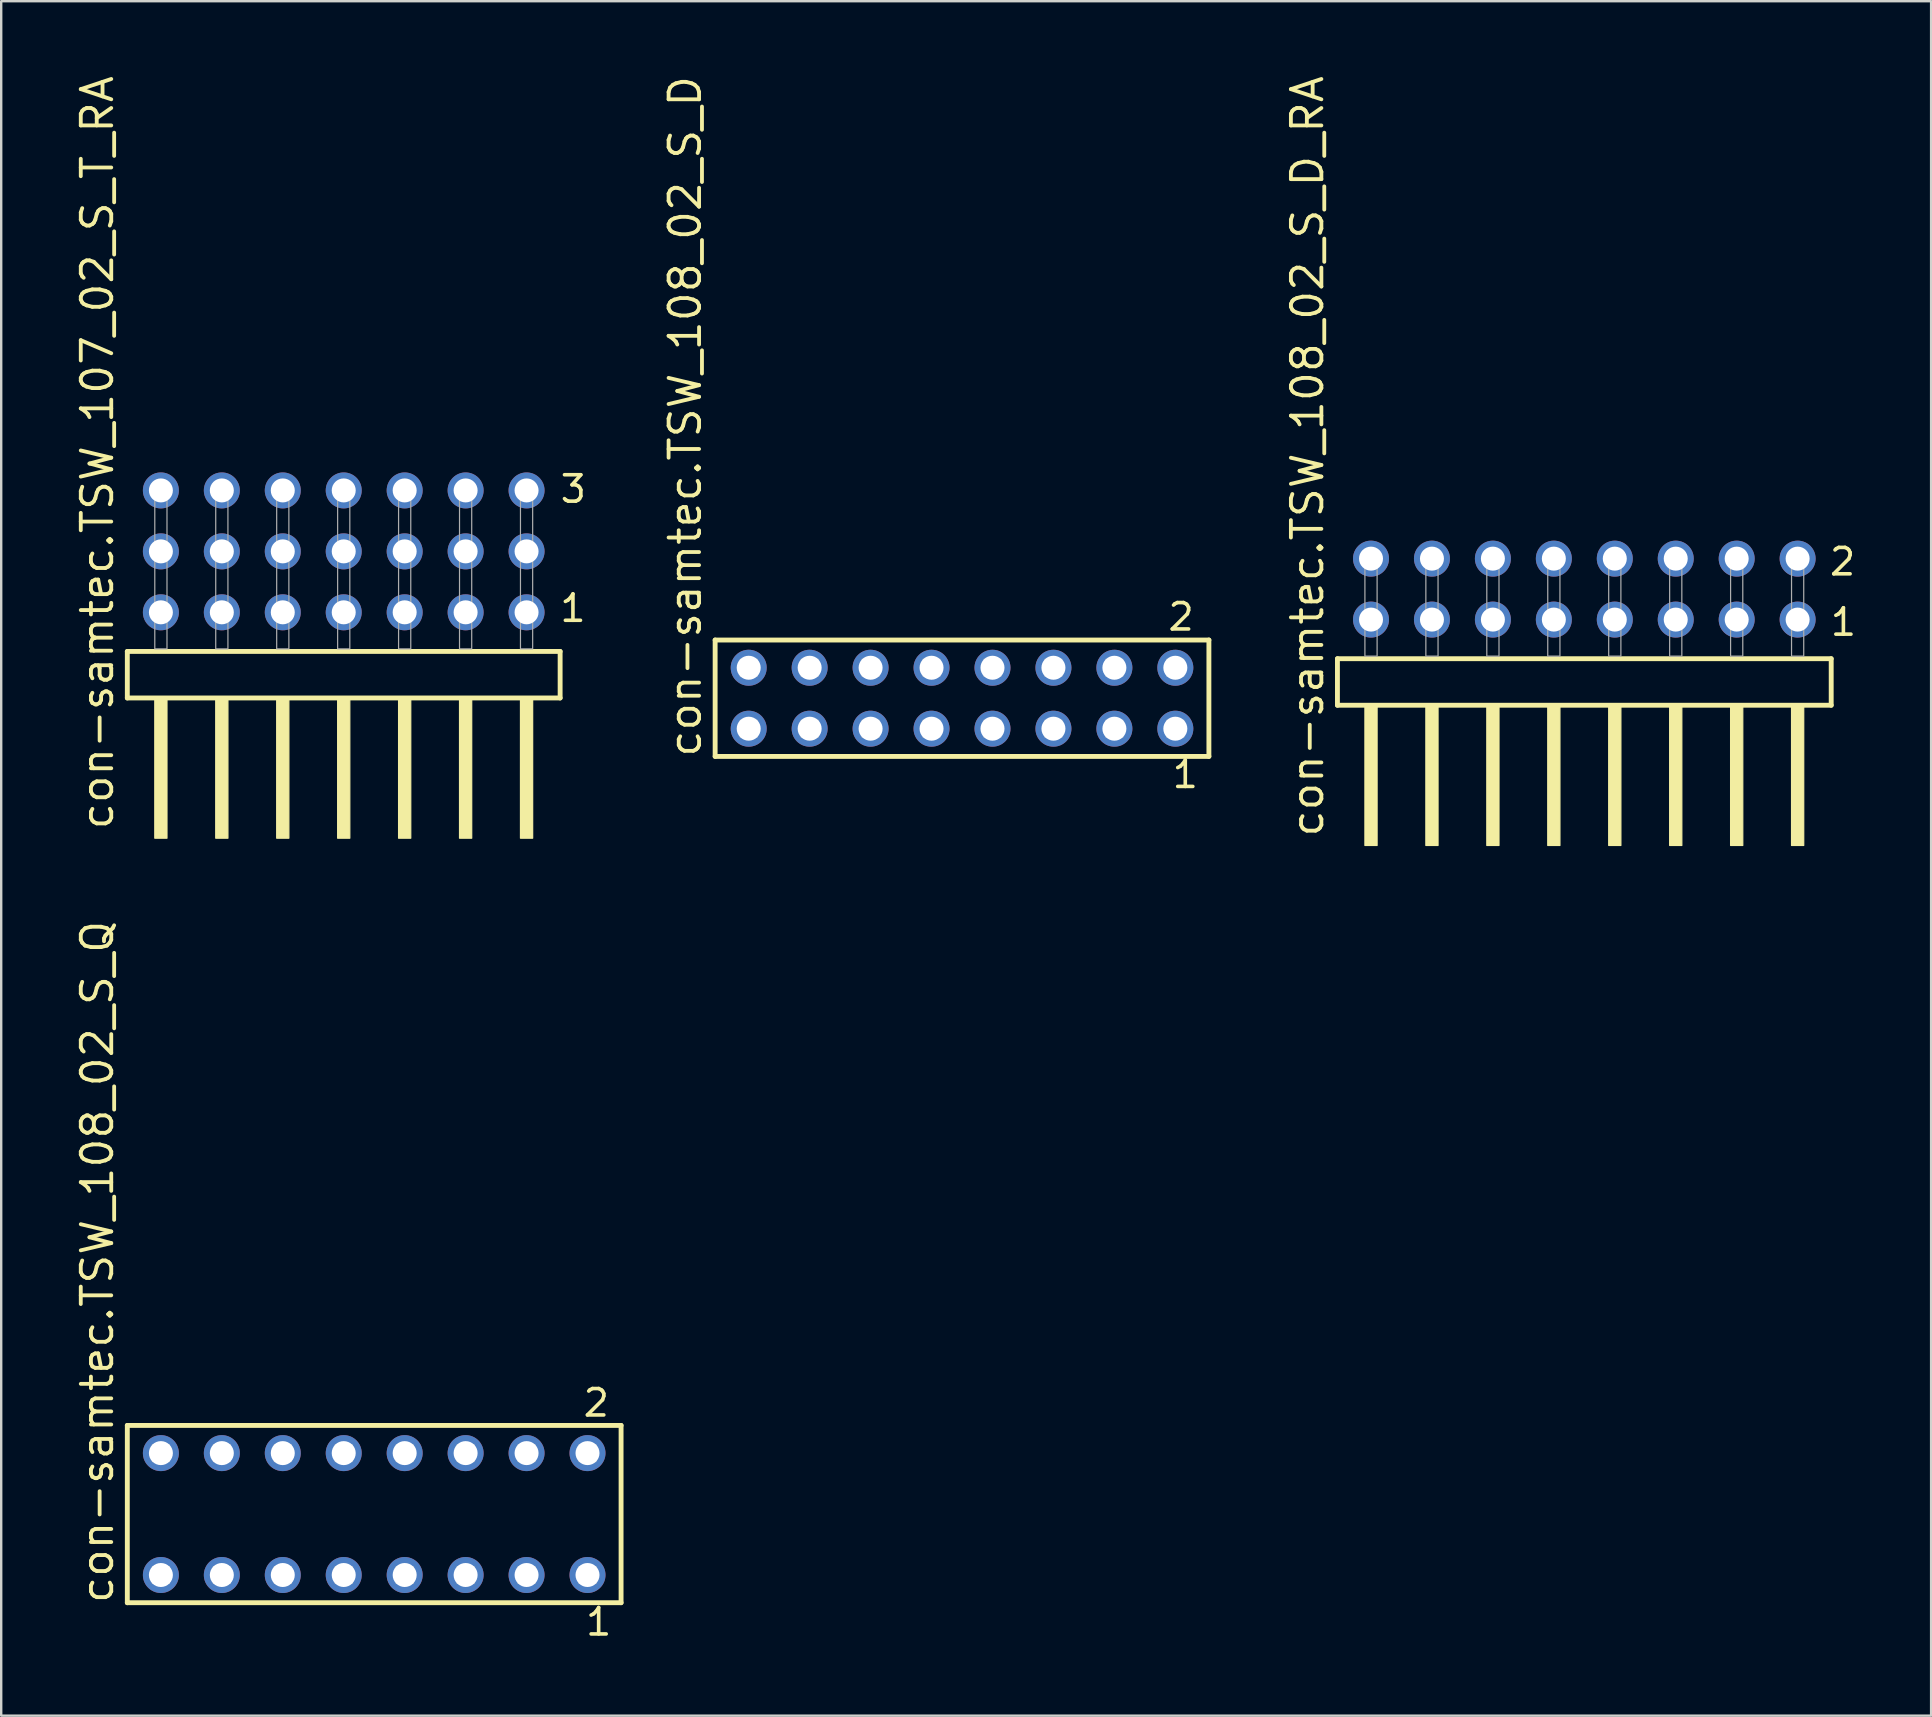
<source format=kicad_pcb>
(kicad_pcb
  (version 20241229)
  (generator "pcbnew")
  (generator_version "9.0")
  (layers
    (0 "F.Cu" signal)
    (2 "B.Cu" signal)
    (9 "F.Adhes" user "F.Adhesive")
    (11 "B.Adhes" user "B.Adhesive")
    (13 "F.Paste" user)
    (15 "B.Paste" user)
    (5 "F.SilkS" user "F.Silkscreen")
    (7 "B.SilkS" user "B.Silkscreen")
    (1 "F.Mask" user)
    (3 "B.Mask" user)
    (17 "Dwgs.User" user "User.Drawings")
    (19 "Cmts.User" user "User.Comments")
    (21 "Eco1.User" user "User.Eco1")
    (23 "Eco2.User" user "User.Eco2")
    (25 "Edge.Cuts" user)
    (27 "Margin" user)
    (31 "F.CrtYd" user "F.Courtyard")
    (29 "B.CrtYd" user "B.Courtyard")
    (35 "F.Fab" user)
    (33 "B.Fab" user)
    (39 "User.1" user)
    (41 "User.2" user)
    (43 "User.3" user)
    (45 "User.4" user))
  (footprint "con-samtec.TSW_108_02_S_Q"
    (layer "F.Cu")
    (at 12.545 60.05)
    (property "Reference" "con-samtec.TSW_108_02_S_Q" (at -10.795 3.81 90) (layer "F.SilkS") (effects (font (size 1.27 1.27) (thickness 0.16)) (justify left bottom)))
    (attr through_hole)
    (fp_line (start -10.289 -3.695) (end 10.289 -3.695) (stroke (width 0.203) (type default)) (layer "F.SilkS"))
    (fp_line (start -10.289 3.695) (end -10.289 -3.695) (stroke (width 0.203) (type default)) (layer "F.SilkS"))
    (fp_line (start 10.289 -3.695) (end 10.289 3.695) (stroke (width 0.203) (type default)) (layer "F.SilkS"))
    (fp_line (start 10.289 3.695) (end -10.289 3.695) (stroke (width 0.203) (type default)) (layer "F.SilkS"))
    (fp_rect (start -9.24 -2.19) (end -8.54 -2.89) (stroke (width 0.05) (type default)) (fill no) (layer "F.Fab"))
    (fp_rect (start -9.24 2.89) (end -8.54 2.19) (stroke (width 0.05) (type default)) (fill no) (layer "F.Fab"))
    (fp_rect (start -6.7 -2.19) (end -6 -2.89) (stroke (width 0.05) (type default)) (fill no) (layer "F.Fab"))
    (fp_rect (start -6.7 2.89) (end -6 2.19) (stroke (width 0.05) (type default)) (fill no) (layer "F.Fab"))
    (fp_rect (start -4.16 -2.19) (end -3.46 -2.89) (stroke (width 0.05) (type default)) (fill no) (layer "F.Fab"))
    (fp_rect (start -4.16 2.89) (end -3.46 2.19) (stroke (width 0.05) (type default)) (fill no) (layer "F.Fab"))
    (fp_rect (start -1.62 -2.19) (end -0.92 -2.89) (stroke (width 0.05) (type default)) (fill no) (layer "F.Fab"))
    (fp_rect (start -1.62 2.89) (end -0.92 2.19) (stroke (width 0.05) (type default)) (fill no) (layer "F.Fab"))
    (fp_rect (start 0.92 -2.19) (end 1.62 -2.89) (stroke (width 0.05) (type default)) (fill no) (layer "F.Fab"))
    (fp_rect (start 0.92 2.89) (end 1.62 2.19) (stroke (width 0.05) (type default)) (fill no) (layer "F.Fab"))
    (fp_rect (start 3.46 -2.19) (end 4.16 -2.89) (stroke (width 0.05) (type default)) (fill no) (layer "F.Fab"))
    (fp_rect (start 3.46 2.89) (end 4.16 2.19) (stroke (width 0.05) (type default)) (fill no) (layer "F.Fab"))
    (fp_rect (start 6 -2.19) (end 6.7 -2.89) (stroke (width 0.05) (type default)) (fill no) (layer "F.Fab"))
    (fp_rect (start 6 2.89) (end 6.7 2.19) (stroke (width 0.05) (type default)) (fill no) (layer "F.Fab"))
    (fp_rect (start 8.54 -2.19) (end 9.24 -2.89) (stroke (width 0.05) (type default)) (fill no) (layer "F.Fab"))
    (fp_rect (start 8.54 2.89) (end 9.24 2.19) (stroke (width 0.05) (type default)) (fill no) (layer "F.Fab"))
    (fp_text user "1" (at 8.732 5.138 0) (layer "F.SilkS") (effects (font (size 1.1 1.1) (thickness 0.15)) (justify left bottom)))
    (fp_text user "2" (at 8.632 -3.989 0) (layer "F.SilkS") (effects (font (size 1.1 1.1) (thickness 0.15)) (justify left bottom)))
    (pad "1" thru_hole circle (at 8.89 2.54 180) (size 1.5 1.5) (drill 1) (layers "*.Cu" "*.Mask"))
    (pad "2" thru_hole circle (at 8.89 -2.54 180) (size 1.5 1.5) (drill 1) (layers "*.Cu" "*.Mask"))
    (pad "3" thru_hole circle (at 6.35 2.54 180) (size 1.5 1.5) (drill 1) (layers "*.Cu" "*.Mask"))
    (pad "4" thru_hole circle (at 6.35 -2.54 180) (size 1.5 1.5) (drill 1) (layers "*.Cu" "*.Mask"))
    (pad "5" thru_hole circle (at 3.81 2.54 180) (size 1.5 1.5) (drill 1) (layers "*.Cu" "*.Mask"))
    (pad "6" thru_hole circle (at 3.81 -2.54 180) (size 1.5 1.5) (drill 1) (layers "*.Cu" "*.Mask"))
    (pad "7" thru_hole circle (at 1.27 2.54 180) (size 1.5 1.5) (drill 1) (layers "*.Cu" "*.Mask"))
    (pad "8" thru_hole circle (at 1.27 -2.54 180) (size 1.5 1.5) (drill 1) (layers "*.Cu" "*.Mask"))
    (pad "9" thru_hole circle (at -1.27 2.54 180) (size 1.5 1.5) (drill 1) (layers "*.Cu" "*.Mask"))
    (pad "10" thru_hole circle (at -1.27 -2.54 180) (size 1.5 1.5) (drill 1) (layers "*.Cu" "*.Mask"))
    (pad "11" thru_hole circle (at -3.81 2.54 180) (size 1.5 1.5) (drill 1) (layers "*.Cu" "*.Mask"))
    (pad "12" thru_hole circle (at -3.81 -2.54 180) (size 1.5 1.5) (drill 1) (layers "*.Cu" "*.Mask"))
    (pad "13" thru_hole circle (at -6.35 2.54 180) (size 1.5 1.5) (drill 1) (layers "*.Cu" "*.Mask"))
    (pad "14" thru_hole circle (at -6.35 -2.54 180) (size 1.5 1.5) (drill 1) (layers "*.Cu" "*.Mask"))
    (pad "15" thru_hole circle (at -8.89 2.54 180) (size 1.5 1.5) (drill 1) (layers "*.Cu" "*.Mask"))
    (pad "16" thru_hole circle (at -8.89 -2.54 180) (size 1.5 1.5) (drill 1) (layers "*.Cu" "*.Mask")))
  (footprint "con-samtec.TSW_107_02_S_T_RA"
    (layer "F.Cu")
    (at 11.275 23.993)
    (property "Reference" "con-samtec.TSW_107_02_S_T_RA" (at -9.525 7.62 90) (layer "F.SilkS") (effects (font (size 1.27 1.27) (thickness 0.16)) (justify left bottom)))
    (attr through_hole)
    (fp_line (start -9.019 0.106) (end -9.019 2.046) (stroke (width 0.203) (type default)) (layer "F.SilkS"))
    (fp_line (start -9.019 2.046) (end 9.019 2.046) (stroke (width 0.203) (type default)) (layer "F.SilkS"))
    (fp_line (start 9.019 0.106) (end -9.019 0.106) (stroke (width 0.203) (type default)) (layer "F.SilkS"))
    (fp_line (start 9.019 2.046) (end 9.019 0.106) (stroke (width 0.203) (type default)) (layer "F.SilkS"))
    (fp_rect (start -7.874 7.89) (end -7.366 2.04) (stroke (width 0.05) (type default)) (fill yes) (layer "F.SilkS"))
    (fp_rect (start -5.334 7.89) (end -4.826 2.04) (stroke (width 0.05) (type default)) (fill yes) (layer "F.SilkS"))
    (fp_rect (start -2.794 7.89) (end -2.286 2.04) (stroke (width 0.05) (type default)) (fill yes) (layer "F.SilkS"))
    (fp_rect (start -0.254 7.89) (end 0.254 2.04) (stroke (width 0.05) (type default)) (fill yes) (layer "F.SilkS"))
    (fp_rect (start 2.286 7.89) (end 2.794 2.04) (stroke (width 0.05) (type default)) (fill yes) (layer "F.SilkS"))
    (fp_rect (start 4.826 7.89) (end 5.334 2.04) (stroke (width 0.05) (type default)) (fill yes) (layer "F.SilkS"))
    (fp_rect (start 7.366 7.89) (end 7.874 2.04) (stroke (width 0.05) (type default)) (fill yes) (layer "F.SilkS"))
    (fp_rect (start -7.874 0) (end -7.366 -6.858) (stroke (width 0.05) (type default)) (fill no) (layer "F.Fab"))
    (fp_rect (start -5.334 0) (end -4.826 -6.858) (stroke (width 0.05) (type default)) (fill no) (layer "F.Fab"))
    (fp_rect (start -2.794 0) (end -2.286 -6.858) (stroke (width 0.05) (type default)) (fill no) (layer "F.Fab"))
    (fp_rect (start -0.254 0) (end 0.254 -6.858) (stroke (width 0.05) (type default)) (fill no) (layer "F.Fab"))
    (fp_rect (start 2.286 0) (end 2.794 -6.858) (stroke (width 0.05) (type default)) (fill no) (layer "F.Fab"))
    (fp_rect (start 4.826 0) (end 5.334 -6.858) (stroke (width 0.05) (type default)) (fill no) (layer "F.Fab"))
    (fp_rect (start 7.366 0) (end 7.874 -6.858) (stroke (width 0.05) (type default)) (fill no) (layer "F.Fab"))
    (fp_text user "1" (at 8.93 -1.05 0) (layer "F.SilkS") (effects (font (size 1.1 1.1) (thickness 0.15)) (justify left bottom)))
    (fp_text user "3" (at 8.945 -6.015 0) (layer "F.SilkS") (effects (font (size 1.1 1.1) (thickness 0.15)) (justify left bottom)))
    (pad "1" thru_hole circle (at 7.62 -1.524 180) (size 1.5 1.5) (drill 1) (layers "*.Cu" "*.Mask"))
    (pad "2" thru_hole circle (at 7.62 -4.064 180) (size 1.5 1.5) (drill 1) (layers "*.Cu" "*.Mask"))
    (pad "3" thru_hole circle (at 7.62 -6.604 180) (size 1.5 1.5) (drill 1) (layers "*.Cu" "*.Mask"))
    (pad "4" thru_hole circle (at 5.08 -1.524 180) (size 1.5 1.5) (drill 1) (layers "*.Cu" "*.Mask"))
    (pad "5" thru_hole circle (at 5.08 -4.064 180) (size 1.5 1.5) (drill 1) (layers "*.Cu" "*.Mask"))
    (pad "6" thru_hole circle (at 5.08 -6.604 180) (size 1.5 1.5) (drill 1) (layers "*.Cu" "*.Mask"))
    (pad "7" thru_hole circle (at 2.54 -1.524 180) (size 1.5 1.5) (drill 1) (layers "*.Cu" "*.Mask"))
    (pad "8" thru_hole circle (at 2.54 -4.064 180) (size 1.5 1.5) (drill 1) (layers "*.Cu" "*.Mask"))
    (pad "9" thru_hole circle (at 2.54 -6.604 180) (size 1.5 1.5) (drill 1) (layers "*.Cu" "*.Mask"))
    (pad "10" thru_hole circle (at 0 -1.524 180) (size 1.5 1.5) (drill 1) (layers "*.Cu" "*.Mask"))
    (pad "11" thru_hole circle (at 0 -4.064 180) (size 1.5 1.5) (drill 1) (layers "*.Cu" "*.Mask"))
    (pad "12" thru_hole circle (at 0 -6.604 180) (size 1.5 1.5) (drill 1) (layers "*.Cu" "*.Mask"))
    (pad "13" thru_hole circle (at -2.54 -1.524 180) (size 1.5 1.5) (drill 1) (layers "*.Cu" "*.Mask"))
    (pad "14" thru_hole circle (at -2.54 -4.064 180) (size 1.5 1.5) (drill 1) (layers "*.Cu" "*.Mask"))
    (pad "15" thru_hole circle (at -2.54 -6.604 180) (size 1.5 1.5) (drill 1) (layers "*.Cu" "*.Mask"))
    (pad "16" thru_hole circle (at -5.08 -1.524 180) (size 1.5 1.5) (drill 1) (layers "*.Cu" "*.Mask"))
    (pad "17" thru_hole circle (at -5.08 -4.064 180) (size 1.5 1.5) (drill 1) (layers "*.Cu" "*.Mask"))
    (pad "18" thru_hole circle (at -5.08 -6.604 180) (size 1.5 1.5) (drill 1) (layers "*.Cu" "*.Mask"))
    (pad "19" thru_hole circle (at -7.62 -1.524 180) (size 1.5 1.5) (drill 1) (layers "*.Cu" "*.Mask"))
    (pad "20" thru_hole circle (at -7.62 -4.064 180) (size 1.5 1.5) (drill 1) (layers "*.Cu" "*.Mask"))
    (pad "21" thru_hole circle (at -7.62 -6.604 180) (size 1.5 1.5) (drill 1) (layers "*.Cu" "*.Mask")))
  (footprint "con-samtec.TSW_108_02_S_D_RA"
    (layer "F.Cu")
    (at 62.978 24.296)
    (property "Reference" "con-samtec.TSW_108_02_S_D_RA" (at -10.795 7.62 90) (layer "F.SilkS") (effects (font (size 1.27 1.27) (thickness 0.16)) (justify left bottom)))
    (attr through_hole)
    (fp_line (start -10.289 0.106) (end -10.289 2.046) (stroke (width 0.203) (type default)) (layer "F.SilkS"))
    (fp_line (start -10.289 2.046) (end 10.289 2.046) (stroke (width 0.203) (type default)) (layer "F.SilkS"))
    (fp_line (start 10.289 0.106) (end -10.289 0.106) (stroke (width 0.203) (type default)) (layer "F.SilkS"))
    (fp_line (start 10.289 2.046) (end 10.289 0.106) (stroke (width 0.203) (type default)) (layer "F.SilkS"))
    (fp_rect (start -9.144 7.89) (end -8.636 2.04) (stroke (width 0.05) (type default)) (fill yes) (layer "F.SilkS"))
    (fp_rect (start -6.604 7.89) (end -6.096 2.04) (stroke (width 0.05) (type default)) (fill yes) (layer "F.SilkS"))
    (fp_rect (start -4.064 7.89) (end -3.556 2.04) (stroke (width 0.05) (type default)) (fill yes) (layer "F.SilkS"))
    (fp_rect (start -1.524 7.89) (end -1.016 2.04) (stroke (width 0.05) (type default)) (fill yes) (layer "F.SilkS"))
    (fp_rect (start 1.016 7.89) (end 1.524 2.04) (stroke (width 0.05) (type default)) (fill yes) (layer "F.SilkS"))
    (fp_rect (start 3.556 7.89) (end 4.064 2.04) (stroke (width 0.05) (type default)) (fill yes) (layer "F.SilkS"))
    (fp_rect (start 6.096 7.89) (end 6.604 2.04) (stroke (width 0.05) (type default)) (fill yes) (layer "F.SilkS"))
    (fp_rect (start 8.636 7.89) (end 9.144 2.04) (stroke (width 0.05) (type default)) (fill yes) (layer "F.SilkS"))
    (fp_rect (start -9.144 0) (end -8.636 -4.318) (stroke (width 0.05) (type default)) (fill no) (layer "F.Fab"))
    (fp_rect (start -6.604 0) (end -6.096 -4.318) (stroke (width 0.05) (type default)) (fill no) (layer "F.Fab"))
    (fp_rect (start -4.064 0) (end -3.556 -4.318) (stroke (width 0.05) (type default)) (fill no) (layer "F.Fab"))
    (fp_rect (start -1.524 0) (end -1.016 -4.318) (stroke (width 0.05) (type default)) (fill no) (layer "F.Fab"))
    (fp_rect (start 1.016 0) (end 1.524 -4.318) (stroke (width 0.05) (type default)) (fill no) (layer "F.Fab"))
    (fp_rect (start 3.556 0) (end 4.064 -4.318) (stroke (width 0.05) (type default)) (fill no) (layer "F.Fab"))
    (fp_rect (start 6.096 0) (end 6.604 -4.318) (stroke (width 0.05) (type default)) (fill no) (layer "F.Fab"))
    (fp_rect (start 8.636 0) (end 9.144 -4.318) (stroke (width 0.05) (type default)) (fill no) (layer "F.Fab"))
    (fp_text user "1" (at 10.175 -0.775 0) (layer "F.SilkS") (effects (font (size 1.1 1.1) (thickness 0.15)) (justify left bottom)))
    (fp_text user "2" (at 10.14 -3.29 0) (layer "F.SilkS") (effects (font (size 1.1 1.1) (thickness 0.15)) (justify left bottom)))
    (pad "1" thru_hole circle (at 8.89 -1.524 180) (size 1.5 1.5) (drill 1) (layers "*.Cu" "*.Mask"))
    (pad "2" thru_hole circle (at 8.89 -4.064 180) (size 1.5 1.5) (drill 1) (layers "*.Cu" "*.Mask"))
    (pad "3" thru_hole circle (at 6.35 -1.524 180) (size 1.5 1.5) (drill 1) (layers "*.Cu" "*.Mask"))
    (pad "4" thru_hole circle (at 6.35 -4.064 180) (size 1.5 1.5) (drill 1) (layers "*.Cu" "*.Mask"))
    (pad "5" thru_hole circle (at 3.81 -1.524 180) (size 1.5 1.5) (drill 1) (layers "*.Cu" "*.Mask"))
    (pad "6" thru_hole circle (at 3.81 -4.064 180) (size 1.5 1.5) (drill 1) (layers "*.Cu" "*.Mask"))
    (pad "7" thru_hole circle (at 1.27 -1.524 180) (size 1.5 1.5) (drill 1) (layers "*.Cu" "*.Mask"))
    (pad "8" thru_hole circle (at 1.27 -4.064 180) (size 1.5 1.5) (drill 1) (layers "*.Cu" "*.Mask"))
    (pad "9" thru_hole circle (at -1.27 -1.524 180) (size 1.5 1.5) (drill 1) (layers "*.Cu" "*.Mask"))
    (pad "10" thru_hole circle (at -1.27 -4.064 180) (size 1.5 1.5) (drill 1) (layers "*.Cu" "*.Mask"))
    (pad "11" thru_hole circle (at -3.81 -1.524 180) (size 1.5 1.5) (drill 1) (layers "*.Cu" "*.Mask"))
    (pad "12" thru_hole circle (at -3.81 -4.064 180) (size 1.5 1.5) (drill 1) (layers "*.Cu" "*.Mask"))
    (pad "13" thru_hole circle (at -6.35 -1.524 180) (size 1.5 1.5) (drill 1) (layers "*.Cu" "*.Mask"))
    (pad "14" thru_hole circle (at -6.35 -4.064 180) (size 1.5 1.5) (drill 1) (layers "*.Cu" "*.Mask"))
    (pad "15" thru_hole circle (at -8.89 -1.524 180) (size 1.5 1.5) (drill 1) (layers "*.Cu" "*.Mask"))
    (pad "16" thru_hole circle (at -8.89 -4.064 180) (size 1.5 1.5) (drill 1) (layers "*.Cu" "*.Mask")))
  (footprint "con-samtec.TSW_108_02_S_D"
    (layer "F.Cu")
    (at 37.043 26.049)
    (property "Reference" "con-samtec.TSW_108_02_S_D" (at -10.795 2.54 90) (layer "F.SilkS") (effects (font (size 1.27 1.27) (thickness 0.16)) (justify left bottom)))
    (attr through_hole)
    (fp_line (start -10.289 -2.425) (end 10.289 -2.425) (stroke (width 0.203) (type default)) (layer "F.SilkS"))
    (fp_line (start -10.289 2.425) (end -10.289 -2.425) (stroke (width 0.203) (type default)) (layer "F.SilkS"))
    (fp_line (start 10.289 -2.425) (end 10.289 2.425) (stroke (width 0.203) (type default)) (layer "F.SilkS"))
    (fp_line (start 10.289 2.425) (end -10.289 2.425) (stroke (width 0.203) (type default)) (layer "F.SilkS"))
    (fp_rect (start -9.24 -0.92) (end -8.54 -1.62) (stroke (width 0.05) (type default)) (fill no) (layer "F.Fab"))
    (fp_rect (start -9.24 1.62) (end -8.54 0.92) (stroke (width 0.05) (type default)) (fill no) (layer "F.Fab"))
    (fp_rect (start -6.7 -0.92) (end -6 -1.62) (stroke (width 0.05) (type default)) (fill no) (layer "F.Fab"))
    (fp_rect (start -6.7 1.62) (end -6 0.92) (stroke (width 0.05) (type default)) (fill no) (layer "F.Fab"))
    (fp_rect (start -4.16 -0.92) (end -3.46 -1.62) (stroke (width 0.05) (type default)) (fill no) (layer "F.Fab"))
    (fp_rect (start -4.16 1.62) (end -3.46 0.92) (stroke (width 0.05) (type default)) (fill no) (layer "F.Fab"))
    (fp_rect (start -1.62 -0.92) (end -0.92 -1.62) (stroke (width 0.05) (type default)) (fill no) (layer "F.Fab"))
    (fp_rect (start -1.62 1.62) (end -0.92 0.92) (stroke (width 0.05) (type default)) (fill no) (layer "F.Fab"))
    (fp_rect (start 0.92 -0.92) (end 1.62 -1.62) (stroke (width 0.05) (type default)) (fill no) (layer "F.Fab"))
    (fp_rect (start 0.92 1.62) (end 1.62 0.92) (stroke (width 0.05) (type default)) (fill no) (layer "F.Fab"))
    (fp_rect (start 3.46 -0.92) (end 4.16 -1.62) (stroke (width 0.05) (type default)) (fill no) (layer "F.Fab"))
    (fp_rect (start 3.46 1.62) (end 4.16 0.92) (stroke (width 0.05) (type default)) (fill no) (layer "F.Fab"))
    (fp_rect (start 6 -0.92) (end 6.7 -1.62) (stroke (width 0.05) (type default)) (fill no) (layer "F.Fab"))
    (fp_rect (start 6 1.62) (end 6.7 0.92) (stroke (width 0.05) (type default)) (fill no) (layer "F.Fab"))
    (fp_rect (start 8.54 -0.92) (end 9.24 -1.62) (stroke (width 0.05) (type default)) (fill no) (layer "F.Fab"))
    (fp_rect (start 8.54 1.62) (end 9.24 0.92) (stroke (width 0.05) (type default)) (fill no) (layer "F.Fab"))
    (fp_text user "1" (at 8.682 3.818 0) (layer "F.SilkS") (effects (font (size 1.1 1.1) (thickness 0.15)) (justify left bottom)))
    (fp_text user "2" (at 8.507 -2.744 0) (layer "F.SilkS") (effects (font (size 1.1 1.1) (thickness 0.15)) (justify left bottom)))
    (pad "1" thru_hole circle (at 8.89 1.27 180) (size 1.5 1.5) (drill 1) (layers "*.Cu" "*.Mask"))
    (pad "2" thru_hole circle (at 8.89 -1.27 180) (size 1.5 1.5) (drill 1) (layers "*.Cu" "*.Mask"))
    (pad "3" thru_hole circle (at 6.35 1.27 180) (size 1.5 1.5) (drill 1) (layers "*.Cu" "*.Mask"))
    (pad "4" thru_hole circle (at 6.35 -1.27 180) (size 1.5 1.5) (drill 1) (layers "*.Cu" "*.Mask"))
    (pad "5" thru_hole circle (at 3.81 1.27 180) (size 1.5 1.5) (drill 1) (layers "*.Cu" "*.Mask"))
    (pad "6" thru_hole circle (at 3.81 -1.27 180) (size 1.5 1.5) (drill 1) (layers "*.Cu" "*.Mask"))
    (pad "7" thru_hole circle (at 1.27 1.27 180) (size 1.5 1.5) (drill 1) (layers "*.Cu" "*.Mask"))
    (pad "8" thru_hole circle (at 1.27 -1.27 180) (size 1.5 1.5) (drill 1) (layers "*.Cu" "*.Mask"))
    (pad "9" thru_hole circle (at -1.27 1.27 180) (size 1.5 1.5) (drill 1) (layers "*.Cu" "*.Mask"))
    (pad "10" thru_hole circle (at -1.27 -1.27 180) (size 1.5 1.5) (drill 1) (layers "*.Cu" "*.Mask"))
    (pad "11" thru_hole circle (at -3.81 1.27 180) (size 1.5 1.5) (drill 1) (layers "*.Cu" "*.Mask"))
    (pad "12" thru_hole circle (at -3.81 -1.27 180) (size 1.5 1.5) (drill 1) (layers "*.Cu" "*.Mask"))
    (pad "13" thru_hole circle (at -6.35 1.27 180) (size 1.5 1.5) (drill 1) (layers "*.Cu" "*.Mask"))
    (pad "14" thru_hole circle (at -6.35 -1.27 180) (size 1.5 1.5) (drill 1) (layers "*.Cu" "*.Mask"))
    (pad "15" thru_hole circle (at -8.89 1.27 180) (size 1.5 1.5) (drill 1) (layers "*.Cu" "*.Mask"))
    (pad "16" thru_hole circle (at -8.89 -1.27 180) (size 1.5 1.5) (drill 1) (layers "*.Cu" "*.Mask")))
  (gr_rect
    (start -3 -3)
    (end 77.431 68.452)
    (stroke (width 0.1) (type default))
    (fill no)
    (layer "Edge.Cuts")))
</source>
